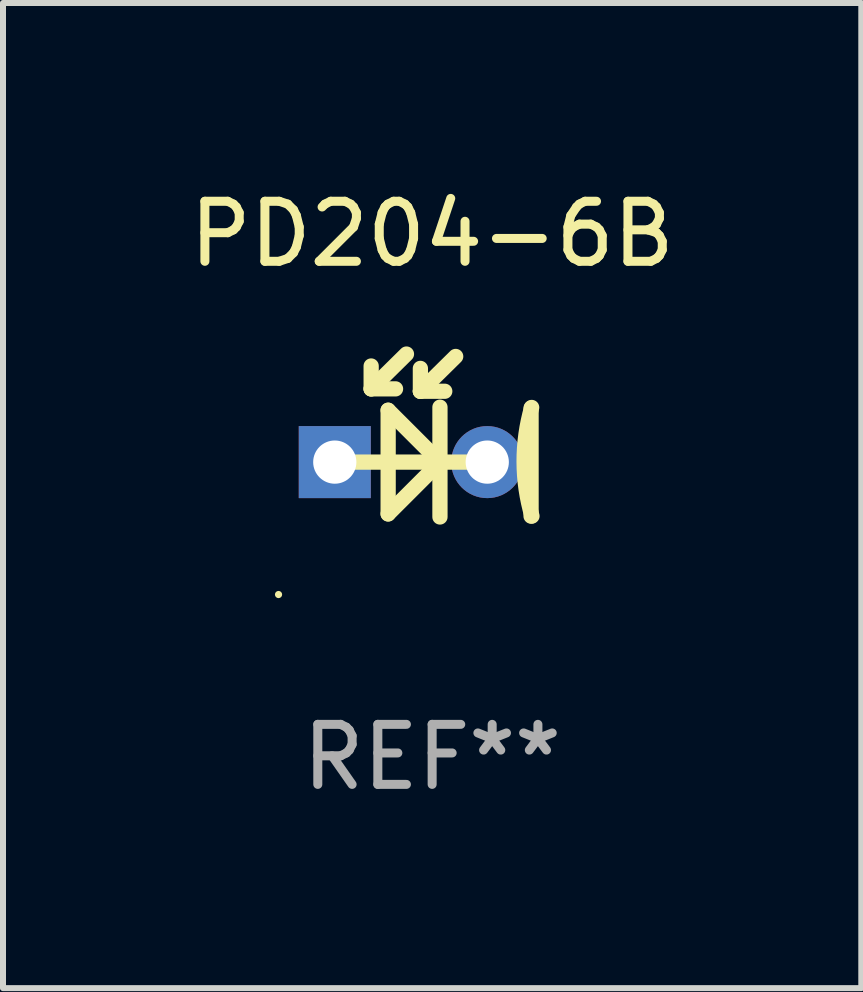
<source format=kicad_pcb>
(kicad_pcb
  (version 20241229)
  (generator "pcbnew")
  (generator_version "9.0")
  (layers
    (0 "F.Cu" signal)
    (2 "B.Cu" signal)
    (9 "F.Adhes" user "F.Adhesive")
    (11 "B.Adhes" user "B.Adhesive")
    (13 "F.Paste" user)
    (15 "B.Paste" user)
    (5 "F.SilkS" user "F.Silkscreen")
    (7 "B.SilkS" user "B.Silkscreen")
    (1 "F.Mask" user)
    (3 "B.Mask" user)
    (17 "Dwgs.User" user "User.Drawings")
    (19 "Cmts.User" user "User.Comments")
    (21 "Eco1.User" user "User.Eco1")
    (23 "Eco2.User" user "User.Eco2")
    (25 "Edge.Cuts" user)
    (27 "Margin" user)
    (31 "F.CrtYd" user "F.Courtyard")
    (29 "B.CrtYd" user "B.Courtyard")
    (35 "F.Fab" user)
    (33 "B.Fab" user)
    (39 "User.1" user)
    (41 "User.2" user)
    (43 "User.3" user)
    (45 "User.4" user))
  (footprint "PD204-6B"
    (layer "F.Cu")
    (at 4.149 4.205)
    (property "Reference" "PD204-6B" (at 0 -3.357 0) (layer "F.SilkS") (effects (font (size 1 1) (thickness 0.15))))
    (attr through_hole)
    (fp_line (start -1.648 0.443) (end 0.918 0.443) (stroke (width 0.254) (type solid)) (layer "F.SilkS"))
    (fp_line (start -1.016 -0.777) (end -1.016 -1.158) (stroke (width 0.254) (type solid)) (layer "F.SilkS"))
    (fp_line (start -1.016 -0.777) (end -0.61 -0.777) (stroke (width 0.254) (type solid)) (layer "F.SilkS"))
    (fp_line (start -0.733 -0.421) (end -0.733 1.306) (stroke (width 0.254) (type solid)) (layer "F.SilkS"))
    (fp_line (start -0.733 1.306) (end 0.105 0.468) (stroke (width 0.254) (type solid)) (layer "F.SilkS"))
    (fp_line (start -0.428 -1.357) (end -1.016 -0.777) (stroke (width 0.254) (type solid)) (layer "F.SilkS"))
    (fp_line (start -0.196 -0.737) (end -0.196 -1.118) (stroke (width 0.254) (type solid)) (layer "F.SilkS"))
    (fp_line (start -0.196 -0.737) (end 0.21 -0.737) (stroke (width 0.254) (type solid)) (layer "F.SilkS"))
    (fp_line (start 0.105 0.417) (end -0.733 -0.421) (stroke (width 0.254) (type solid)) (layer "F.SilkS"))
    (fp_line (start 0.105 0.468) (end 0.13 0.468) (stroke (width 0.254) (type solid)) (layer "F.SilkS"))
    (fp_line (start 0.13 -0.472) (end 0.13 1.357) (stroke (width 0.254) (type solid)) (layer "F.SilkS"))
    (fp_line (start 0.392 -1.317) (end -0.196 -0.737) (stroke (width 0.254) (type solid)) (layer "F.SilkS"))
    (fp_line (start 1.648 -0.457) (end 1.648 1.343) (stroke (width 0.254) (type solid)) (layer "F.SilkS"))
    (fp_arc (start 1.662713 1.341682) (mid 1.531843 0.437605) (end 1.657709 -0.467183) (stroke (width 0.254001) (type solid)) (layer "F.SilkS"))
    (fp_circle (center -2.559 2.649) (end -2.529 2.649) (stroke (width 0.06) (type solid)) (fill no) (layer "F.SilkS"))
    (fp_text user "REF**" (at 0 5.357 0) (layer "F.Fab") (effects (font (size 1 1) (thickness 0.15))))
    (pad "1" thru_hole rect (at -1.622 0.443) (size 1.2 1.2) (drill 0.72) (layers "*.Cu" "*.Mask"))
    (pad "2" thru_hole circle (at 0.918 0.443) (size 1.2 1.2) (drill 0.72) (layers "*.Cu" "*.Mask")))
  (gr_rect
    (start -3 -3)
    (end 11.298 13.411)
    (stroke (width 0.1) (type default))
    (fill no)
    (layer "Edge.Cuts")))
</source>
